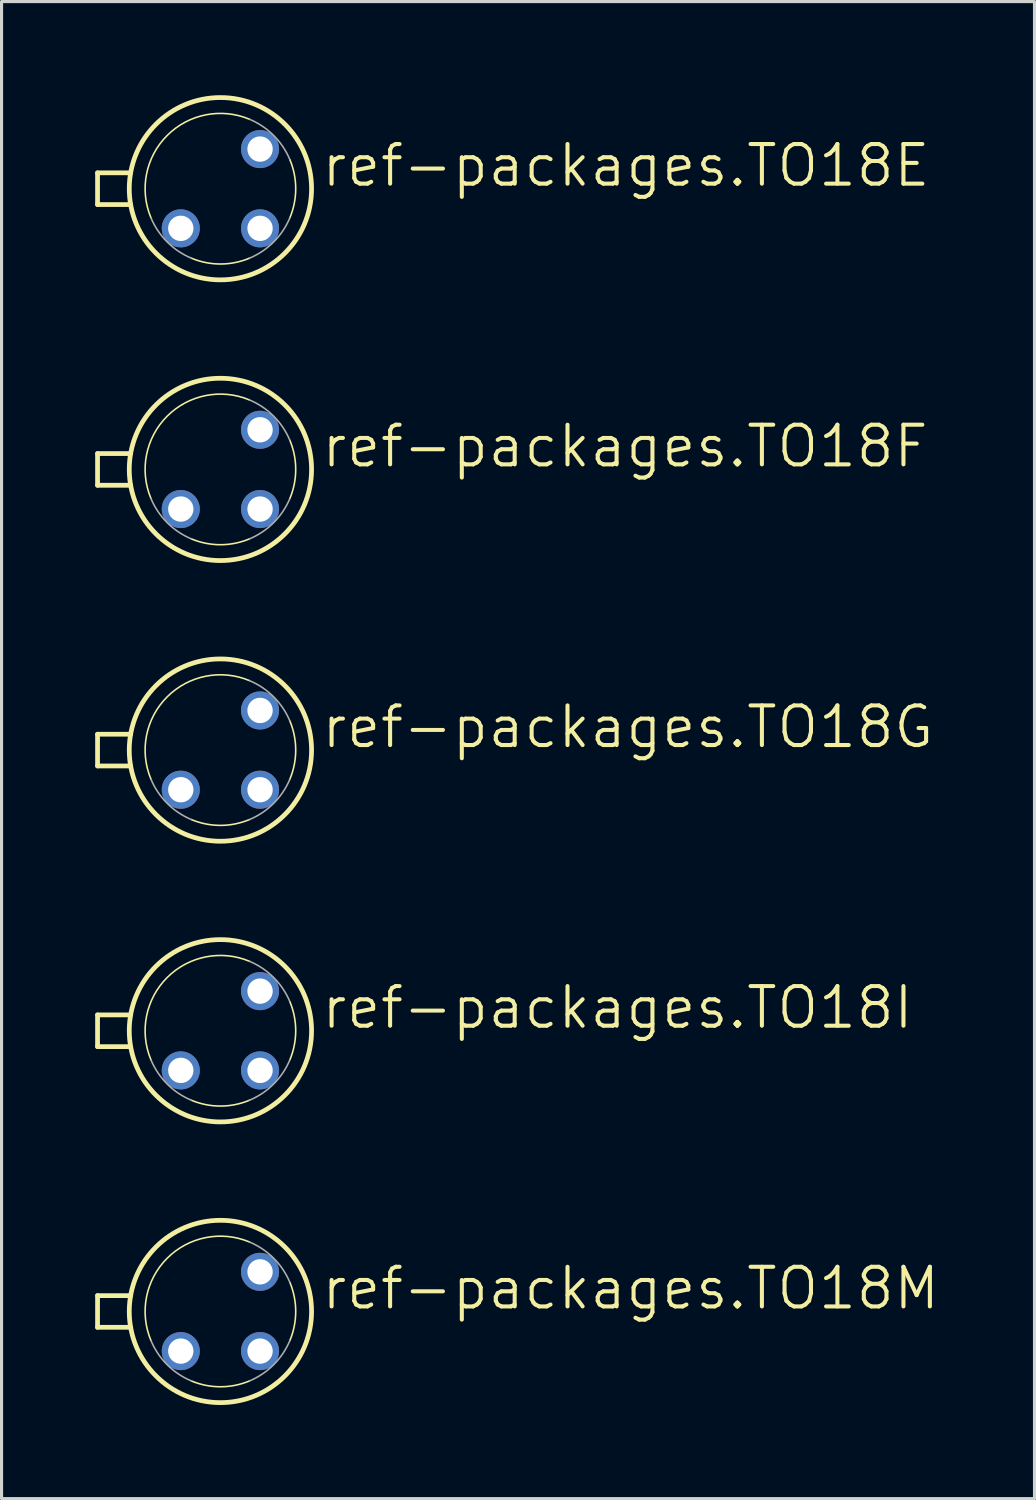
<source format=kicad_pcb>
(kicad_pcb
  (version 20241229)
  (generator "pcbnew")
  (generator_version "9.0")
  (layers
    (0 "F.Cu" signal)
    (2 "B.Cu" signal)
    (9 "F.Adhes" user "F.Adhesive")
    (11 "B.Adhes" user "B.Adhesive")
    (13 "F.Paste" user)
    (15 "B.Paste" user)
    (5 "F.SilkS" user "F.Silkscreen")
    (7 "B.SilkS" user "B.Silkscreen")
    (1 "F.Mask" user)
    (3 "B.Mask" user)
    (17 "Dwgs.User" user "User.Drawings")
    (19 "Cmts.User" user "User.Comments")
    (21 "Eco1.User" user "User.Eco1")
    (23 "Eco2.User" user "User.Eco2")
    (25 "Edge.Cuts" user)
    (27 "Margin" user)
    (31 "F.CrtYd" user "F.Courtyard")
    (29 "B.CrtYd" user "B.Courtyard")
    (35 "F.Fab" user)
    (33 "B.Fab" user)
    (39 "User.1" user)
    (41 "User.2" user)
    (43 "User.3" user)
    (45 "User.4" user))
  (footprint "ref-packages.TO18I"
    (layer "F.Cu")
    (at 4.013 29.98)
    (property "Reference" "ref-packages.TO18I" (at 3.175 0 0) (layer "F.SilkS") (effects (font (size 1.27 1.27) (thickness 0.13)) (justify left bottom)))
    (attr through_hole)
    (fp_line (start -3.937 -0.508) (end -2.877 -0.508) (stroke (width 0.152) (type default)) (layer "F.SilkS"))
    (fp_line (start -3.937 0.508) (end -3.937 -0.508) (stroke (width 0.152) (type default)) (layer "F.SilkS"))
    (fp_line (start -3.937 0.508) (end -2.877 0.508) (stroke (width 0.152) (type default)) (layer "F.SilkS"))
    (fp_arc (start -2.227 0.9289) (mid -1.706187 -1.706287) (end 0.929 -2.2271) (stroke (width 0.0508) (type default)) (layer "F.SilkS"))
    (fp_arc (start 0.9289 2.227) (mid 0 2.412962) (end -0.9289 2.227) (stroke (width 0.0508) (type default)) (layer "F.SilkS"))
    (fp_arc (start 2.227 -0.9289) (mid 2.412962 0) (end 2.227 0.9289) (stroke (width 0.0508) (type default)) (layer "F.SilkS"))
    (fp_circle (center 0 0) (end 2.921 0) (stroke (width 0.152) (type default)) (fill no) (layer "F.SilkS"))
    (fp_arc (start -0.9289 2.227) (mid -1.706222 1.706222) (end -2.227 0.9289) (stroke (width 0.0508) (type default)) (layer "F.Fab"))
    (fp_arc (start 0.9289 -2.227) (mid 1.706222 -1.706222) (end 2.227 -0.9289) (stroke (width 0.0508) (type default)) (layer "F.Fab"))
    (fp_arc (start 2.227 0.9289) (mid 1.706222 1.706222) (end 0.9289 2.227) (stroke (width 0.0508) (type default)) (layer "F.Fab"))
    (pad "A" thru_hole circle (at 1.27 -1.27) (size 1.219 1.219) (drill 0.813) (layers "*.Cu" "*.Mask"))
    (pad "C" thru_hole circle (at -1.27 1.27) (size 1.219 1.219) (drill 0.813) (layers "*.Cu" "*.Mask"))
    (pad "G" thru_hole circle (at 1.27 1.27) (size 1.219 1.219) (drill 0.813) (layers "*.Cu" "*.Mask")))
  (footprint "ref-packages.TO18E"
    (layer "F.Cu")
    (at 4.013 2.997)
    (property "Reference" "ref-packages.TO18E" (at 3.175 0 0) (layer "F.SilkS") (effects (font (size 1.27 1.27) (thickness 0.13)) (justify left bottom)))
    (attr through_hole)
    (fp_line (start -3.937 -0.508) (end -2.877 -0.508) (stroke (width 0.152) (type default)) (layer "F.SilkS"))
    (fp_line (start -3.937 0.508) (end -3.937 -0.508) (stroke (width 0.152) (type default)) (layer "F.SilkS"))
    (fp_line (start -3.937 0.508) (end -2.877 0.508) (stroke (width 0.152) (type default)) (layer "F.SilkS"))
    (fp_arc (start -2.227 0.9289) (mid -1.706187 -1.706287) (end 0.929 -2.2271) (stroke (width 0.0508) (type default)) (layer "F.SilkS"))
    (fp_arc (start 0.9289 2.227) (mid 0 2.412962) (end -0.9289 2.227) (stroke (width 0.0508) (type default)) (layer "F.SilkS"))
    (fp_arc (start 2.227 -0.9289) (mid 2.412962 0) (end 2.227 0.9289) (stroke (width 0.0508) (type default)) (layer "F.SilkS"))
    (fp_circle (center 0 0) (end 2.921 0) (stroke (width 0.152) (type default)) (fill no) (layer "F.SilkS"))
    (fp_arc (start -0.9289 2.227) (mid -1.706222 1.706222) (end -2.227 0.9289) (stroke (width 0.0508) (type default)) (layer "F.Fab"))
    (fp_arc (start 0.9289 -2.227) (mid 1.706222 -1.706222) (end 2.227 -0.9289) (stroke (width 0.0508) (type default)) (layer "F.Fab"))
    (fp_arc (start 2.227 0.9289) (mid 1.706222 1.706222) (end 0.9289 2.227) (stroke (width 0.0508) (type default)) (layer "F.Fab"))
    (pad "D" thru_hole circle (at 1.27 1.27) (size 1.219 1.219) (drill 0.813) (layers "*.Cu" "*.Mask"))
    (pad "G" thru_hole circle (at 1.27 -1.27) (size 1.219 1.219) (drill 0.813) (layers "*.Cu" "*.Mask"))
    (pad "S" thru_hole circle (at -1.27 1.27) (size 1.219 1.219) (drill 0.813) (layers "*.Cu" "*.Mask")))
  (footprint "ref-packages.TO18M"
    (layer "F.Cu")
    (at 4.013 38.975)
    (property "Reference" "ref-packages.TO18M" (at 3.175 0 0) (layer "F.SilkS") (effects (font (size 1.27 1.27) (thickness 0.13)) (justify left bottom)))
    (attr through_hole)
    (fp_line (start -3.937 -0.508) (end -2.877 -0.508) (stroke (width 0.152) (type default)) (layer "F.SilkS"))
    (fp_line (start -3.937 0.508) (end -3.937 -0.508) (stroke (width 0.152) (type default)) (layer "F.SilkS"))
    (fp_line (start -3.937 0.508) (end -2.877 0.508) (stroke (width 0.152) (type default)) (layer "F.SilkS"))
    (fp_arc (start -2.227 0.9289) (mid -1.706187 -1.706287) (end 0.929 -2.2271) (stroke (width 0.0508) (type default)) (layer "F.SilkS"))
    (fp_arc (start 0.9289 2.227) (mid 0 2.412962) (end -0.9289 2.227) (stroke (width 0.0508) (type default)) (layer "F.SilkS"))
    (fp_arc (start 2.227 -0.9289) (mid 2.412962 0) (end 2.227 0.9289) (stroke (width 0.0508) (type default)) (layer "F.SilkS"))
    (fp_circle (center 0 0) (end 2.921 0) (stroke (width 0.152) (type default)) (fill no) (layer "F.SilkS"))
    (fp_arc (start -0.9289 2.227) (mid -1.706222 1.706222) (end -2.227 0.9289) (stroke (width 0.0508) (type default)) (layer "F.Fab"))
    (fp_arc (start 0.9289 -2.227) (mid 1.706222 -1.706222) (end 2.227 -0.9289) (stroke (width 0.0508) (type default)) (layer "F.Fab"))
    (fp_arc (start 2.227 0.9289) (mid 1.706222 1.706222) (end 0.9289 2.227) (stroke (width 0.0508) (type default)) (layer "F.Fab"))
    (pad "A" thru_hole circle (at -1.27 1.27) (size 1.219 1.219) (drill 0.813) (layers "*.Cu" "*.Mask"))
    (pad "C" thru_hole circle (at 1.27 1.27) (size 1.219 1.219) (drill 0.813) (layers "*.Cu" "*.Mask"))
    (pad "G" thru_hole circle (at 1.27 -1.27) (size 1.219 1.219) (drill 0.813) (layers "*.Cu" "*.Mask")))
  (footprint "ref-packages.TO18F"
    (layer "F.Cu")
    (at 4.013 11.992)
    (property "Reference" "ref-packages.TO18F" (at 3.175 0 0) (layer "F.SilkS") (effects (font (size 1.27 1.27) (thickness 0.13)) (justify left bottom)))
    (attr through_hole)
    (fp_line (start -3.937 -0.508) (end -2.877 -0.508) (stroke (width 0.152) (type default)) (layer "F.SilkS"))
    (fp_line (start -3.937 0.508) (end -3.937 -0.508) (stroke (width 0.152) (type default)) (layer "F.SilkS"))
    (fp_line (start -3.937 0.508) (end -2.877 0.508) (stroke (width 0.152) (type default)) (layer "F.SilkS"))
    (fp_arc (start -2.227 0.9289) (mid -1.706187 -1.706287) (end 0.929 -2.2271) (stroke (width 0.0508) (type default)) (layer "F.SilkS"))
    (fp_arc (start 0.9289 2.227) (mid 0 2.412962) (end -0.9289 2.227) (stroke (width 0.0508) (type default)) (layer "F.SilkS"))
    (fp_arc (start 2.227 -0.9289) (mid 2.412962 0) (end 2.227 0.9289) (stroke (width 0.0508) (type default)) (layer "F.SilkS"))
    (fp_circle (center 0 0) (end 2.921 0) (stroke (width 0.152) (type default)) (fill no) (layer "F.SilkS"))
    (fp_arc (start -0.9289 2.227) (mid -1.706222 1.706222) (end -2.227 0.9289) (stroke (width 0.0508) (type default)) (layer "F.Fab"))
    (fp_arc (start 0.9289 -2.227) (mid 1.706222 -1.706222) (end 2.227 -0.9289) (stroke (width 0.0508) (type default)) (layer "F.Fab"))
    (fp_arc (start 2.227 0.9289) (mid 1.706222 1.706222) (end 0.9289 2.227) (stroke (width 0.0508) (type default)) (layer "F.Fab"))
    (pad "D" thru_hole circle (at 1.27 -1.27) (size 1.219 1.219) (drill 0.813) (layers "*.Cu" "*.Mask"))
    (pad "G" thru_hole circle (at 1.27 1.27) (size 1.219 1.219) (drill 0.813) (layers "*.Cu" "*.Mask"))
    (pad "S" thru_hole circle (at -1.27 1.27) (size 1.219 1.219) (drill 0.813) (layers "*.Cu" "*.Mask")))
  (footprint "ref-packages.TO18G"
    (layer "F.Cu")
    (at 4.013 20.986)
    (property "Reference" "ref-packages.TO18G" (at 3.175 0 0) (layer "F.SilkS") (effects (font (size 1.27 1.27) (thickness 0.13)) (justify left bottom)))
    (attr through_hole)
    (fp_line (start -3.937 -0.508) (end -2.877 -0.508) (stroke (width 0.152) (type default)) (layer "F.SilkS"))
    (fp_line (start -3.937 0.508) (end -3.937 -0.508) (stroke (width 0.152) (type default)) (layer "F.SilkS"))
    (fp_line (start -3.937 0.508) (end -2.877 0.508) (stroke (width 0.152) (type default)) (layer "F.SilkS"))
    (fp_arc (start -2.227 0.9289) (mid -1.706187 -1.706287) (end 0.929 -2.2271) (stroke (width 0.0508) (type default)) (layer "F.SilkS"))
    (fp_arc (start 0.9289 2.227) (mid 0 2.412962) (end -0.9289 2.227) (stroke (width 0.0508) (type default)) (layer "F.SilkS"))
    (fp_arc (start 2.227 -0.9289) (mid 2.412962 0) (end 2.227 0.9289) (stroke (width 0.0508) (type default)) (layer "F.SilkS"))
    (fp_circle (center 0 0) (end 2.921 0) (stroke (width 0.152) (type default)) (fill no) (layer "F.SilkS"))
    (fp_arc (start -0.9289 2.227) (mid -1.706222 1.706222) (end -2.227 0.9289) (stroke (width 0.0508) (type default)) (layer "F.Fab"))
    (fp_arc (start 0.9289 -2.227) (mid 1.706222 -1.706222) (end 2.227 -0.9289) (stroke (width 0.0508) (type default)) (layer "F.Fab"))
    (fp_arc (start 2.227 0.9289) (mid 1.706222 1.706222) (end 0.9289 2.227) (stroke (width 0.0508) (type default)) (layer "F.Fab"))
    (pad "D" thru_hole circle (at -1.27 1.27) (size 1.219 1.219) (drill 0.813) (layers "*.Cu" "*.Mask"))
    (pad "G" thru_hole circle (at 1.27 -1.27) (size 1.219 1.219) (drill 0.813) (layers "*.Cu" "*.Mask"))
    (pad "S" thru_hole circle (at 1.27 1.27) (size 1.219 1.219) (drill 0.813) (layers "*.Cu" "*.Mask")))
  (gr_rect
    (start -3 -3)
    (end 30.1 44.972)
    (stroke (width 0.1) (type default))
    (fill no)
    (layer "Edge.Cuts")))
</source>
